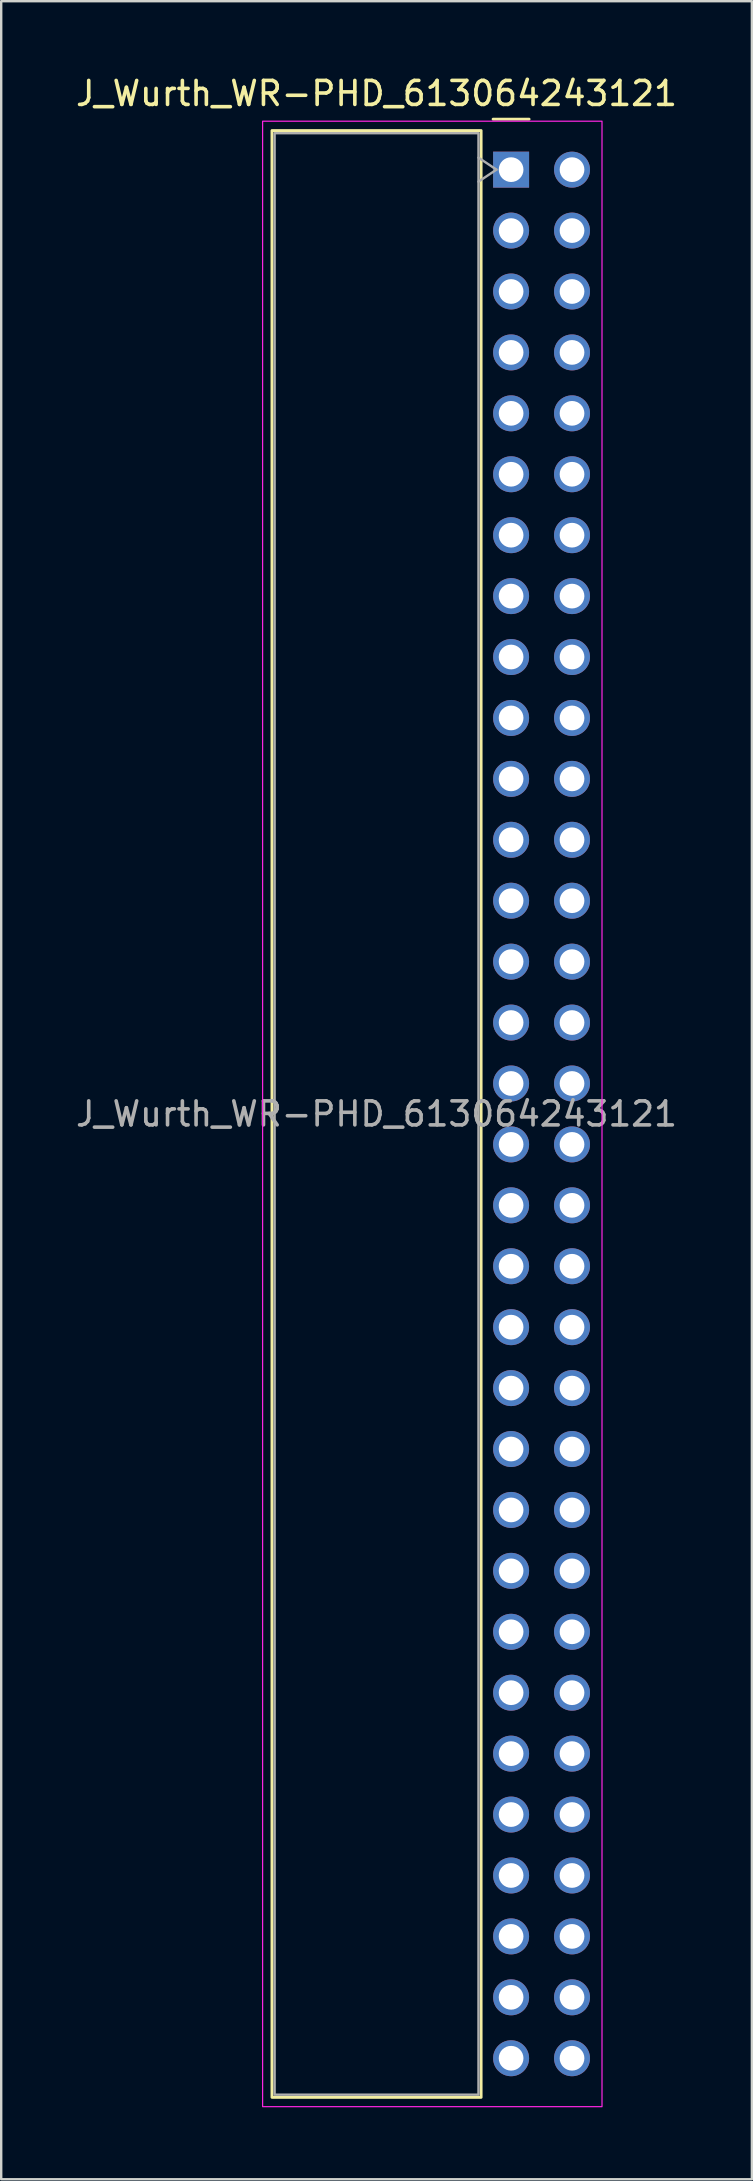
<source format=kicad_pcb>
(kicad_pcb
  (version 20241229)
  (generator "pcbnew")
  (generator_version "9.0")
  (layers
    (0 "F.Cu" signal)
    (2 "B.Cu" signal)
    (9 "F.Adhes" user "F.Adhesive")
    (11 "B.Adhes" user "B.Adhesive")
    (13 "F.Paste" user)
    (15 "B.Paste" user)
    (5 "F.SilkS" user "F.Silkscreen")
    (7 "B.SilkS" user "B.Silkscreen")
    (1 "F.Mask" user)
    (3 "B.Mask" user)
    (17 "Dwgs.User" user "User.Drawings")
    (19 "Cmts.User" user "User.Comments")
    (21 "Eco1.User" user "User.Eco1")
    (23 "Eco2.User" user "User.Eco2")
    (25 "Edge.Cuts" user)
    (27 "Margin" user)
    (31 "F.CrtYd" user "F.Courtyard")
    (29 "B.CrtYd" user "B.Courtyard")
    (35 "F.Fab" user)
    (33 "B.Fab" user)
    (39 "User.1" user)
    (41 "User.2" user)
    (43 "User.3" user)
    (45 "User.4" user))
  (footprint "J_Wurth_WR-PHD_613064243121"
    (layer "F.Cu")
    (at 18.259 4.023)
    (property "Reference" "J_Wurth_WR-PHD_613064243121" (at -5.61 -3.175 0) (unlocked yes) (layer "F.SilkS") (effects (font (size 1 1) (thickness 0.15))))
    (attr through_hole)
    (fp_line (start -0.75 -2.105) (end 0.75 -2.105) (stroke (width 0.12) (type solid)) (layer "F.SilkS"))
    (fp_rect (start -9.97 -1.63) (end -1.25 80.37) (stroke (width 0.12) (type solid)) (fill no) (layer "F.SilkS"))
    (fp_rect (start -10.36 -2.02) (end 3.79 80.76) (stroke (width 0.05) (type solid)) (fill no) (layer "F.CrtYd"))
    (fp_line (start -0.61 0) (end -1.36 -0.5) (stroke (width 0.1) (type solid)) (layer "F.Fab"))
    (fp_line (start -0.61 0) (end -1.36 0.5) (stroke (width 0.1) (type solid)) (layer "F.Fab"))
    (fp_rect (start -9.86 -1.52) (end -1.36 80.26) (stroke (width 0.1) (type solid)) (fill no) (layer "F.Fab"))
    (fp_text user "${REFERENCE}" (at -5.61 39.37 0) (unlocked yes) (layer "F.Fab") (effects (font (size 1 1) (thickness 0.15))))
    (pad "1" thru_hole rect (at 0 0 270) (size 1.5 1.5) (drill 1.03) (layers "*.Cu" "*.Mask"))
    (pad "2" thru_hole circle (at 2.54 0 270) (size 1.5 1.5) (drill 1.03) (layers "*.Cu" "*.Mask"))
    (pad "3" thru_hole circle (at 0 2.54 270) (size 1.5 1.5) (drill 1.03) (layers "*.Cu" "*.Mask"))
    (pad "4" thru_hole circle (at 2.54 2.54 270) (size 1.5 1.5) (drill 1.03) (layers "*.Cu" "*.Mask"))
    (pad "5" thru_hole circle (at 0 5.08 270) (size 1.5 1.5) (drill 1.03) (layers "*.Cu" "*.Mask"))
    (pad "6" thru_hole circle (at 2.54 5.08 270) (size 1.5 1.5) (drill 1.03) (layers "*.Cu" "*.Mask"))
    (pad "7" thru_hole circle (at 0 7.62 270) (size 1.5 1.5) (drill 1.03) (layers "*.Cu" "*.Mask"))
    (pad "8" thru_hole circle (at 2.54 7.62 270) (size 1.5 1.5) (drill 1.03) (layers "*.Cu" "*.Mask"))
    (pad "9" thru_hole circle (at 0 10.16 270) (size 1.5 1.5) (drill 1.03) (layers "*.Cu" "*.Mask"))
    (pad "10" thru_hole circle (at 2.54 10.16 270) (size 1.5 1.5) (drill 1.03) (layers "*.Cu" "*.Mask"))
    (pad "11" thru_hole circle (at 0 12.7 270) (size 1.5 1.5) (drill 1.03) (layers "*.Cu" "*.Mask"))
    (pad "12" thru_hole circle (at 2.54 12.7 270) (size 1.5 1.5) (drill 1.03) (layers "*.Cu" "*.Mask"))
    (pad "13" thru_hole circle (at 0 15.24 270) (size 1.5 1.5) (drill 1.03) (layers "*.Cu" "*.Mask"))
    (pad "14" thru_hole circle (at 2.54 15.24 270) (size 1.5 1.5) (drill 1.03) (layers "*.Cu" "*.Mask"))
    (pad "15" thru_hole circle (at 0 17.78 270) (size 1.5 1.5) (drill 1.03) (layers "*.Cu" "*.Mask"))
    (pad "16" thru_hole circle (at 2.54 17.78 270) (size 1.5 1.5) (drill 1.03) (layers "*.Cu" "*.Mask"))
    (pad "17" thru_hole circle (at 0 20.32 270) (size 1.5 1.5) (drill 1.03) (layers "*.Cu" "*.Mask"))
    (pad "18" thru_hole circle (at 2.54 20.32 270) (size 1.5 1.5) (drill 1.03) (layers "*.Cu" "*.Mask"))
    (pad "19" thru_hole circle (at 0 22.86 270) (size 1.5 1.5) (drill 1.03) (layers "*.Cu" "*.Mask"))
    (pad "20" thru_hole circle (at 2.54 22.86 270) (size 1.5 1.5) (drill 1.03) (layers "*.Cu" "*.Mask"))
    (pad "21" thru_hole circle (at 0 25.4 270) (size 1.5 1.5) (drill 1.03) (layers "*.Cu" "*.Mask"))
    (pad "22" thru_hole circle (at 2.54 25.4 270) (size 1.5 1.5) (drill 1.03) (layers "*.Cu" "*.Mask"))
    (pad "23" thru_hole circle (at 0 27.94 270) (size 1.5 1.5) (drill 1.03) (layers "*.Cu" "*.Mask"))
    (pad "24" thru_hole circle (at 2.54 27.94 270) (size 1.5 1.5) (drill 1.03) (layers "*.Cu" "*.Mask"))
    (pad "25" thru_hole circle (at 0 30.48 270) (size 1.5 1.5) (drill 1.03) (layers "*.Cu" "*.Mask"))
    (pad "26" thru_hole circle (at 2.54 30.48 270) (size 1.5 1.5) (drill 1.03) (layers "*.Cu" "*.Mask"))
    (pad "27" thru_hole circle (at 0 33.02 270) (size 1.5 1.5) (drill 1.03) (layers "*.Cu" "*.Mask"))
    (pad "28" thru_hole circle (at 2.54 33.02 270) (size 1.5 1.5) (drill 1.03) (layers "*.Cu" "*.Mask"))
    (pad "29" thru_hole circle (at 0 35.56 270) (size 1.5 1.5) (drill 1.03) (layers "*.Cu" "*.Mask"))
    (pad "30" thru_hole circle (at 2.54 35.56 270) (size 1.5 1.5) (drill 1.03) (layers "*.Cu" "*.Mask"))
    (pad "31" thru_hole circle (at 0 38.1 270) (size 1.5 1.5) (drill 1.03) (layers "*.Cu" "*.Mask"))
    (pad "32" thru_hole circle (at 2.54 38.1 270) (size 1.5 1.5) (drill 1.03) (layers "*.Cu" "*.Mask"))
    (pad "33" thru_hole circle (at 0 40.64 270) (size 1.5 1.5) (drill 1.03) (layers "*.Cu" "*.Mask"))
    (pad "34" thru_hole circle (at 2.54 40.64 270) (size 1.5 1.5) (drill 1.03) (layers "*.Cu" "*.Mask"))
    (pad "35" thru_hole circle (at 0 43.18 270) (size 1.5 1.5) (drill 1.03) (layers "*.Cu" "*.Mask"))
    (pad "36" thru_hole circle (at 2.54 43.18 270) (size 1.5 1.5) (drill 1.03) (layers "*.Cu" "*.Mask"))
    (pad "37" thru_hole circle (at 0 45.72 270) (size 1.5 1.5) (drill 1.03) (layers "*.Cu" "*.Mask"))
    (pad "38" thru_hole circle (at 2.54 45.72 270) (size 1.5 1.5) (drill 1.03) (layers "*.Cu" "*.Mask"))
    (pad "39" thru_hole circle (at 0 48.26 270) (size 1.5 1.5) (drill 1.03) (layers "*.Cu" "*.Mask"))
    (pad "40" thru_hole circle (at 2.54 48.26 270) (size 1.5 1.5) (drill 1.03) (layers "*.Cu" "*.Mask"))
    (pad "41" thru_hole circle (at 0 50.8 270) (size 1.5 1.5) (drill 1.03) (layers "*.Cu" "*.Mask"))
    (pad "42" thru_hole circle (at 2.54 50.8 270) (size 1.5 1.5) (drill 1.03) (layers "*.Cu" "*.Mask"))
    (pad "43" thru_hole circle (at 0 53.34 270) (size 1.5 1.5) (drill 1.03) (layers "*.Cu" "*.Mask"))
    (pad "44" thru_hole circle (at 2.54 53.34 270) (size 1.5 1.5) (drill 1.03) (layers "*.Cu" "*.Mask"))
    (pad "45" thru_hole circle (at 0 55.88 270) (size 1.5 1.5) (drill 1.03) (layers "*.Cu" "*.Mask"))
    (pad "46" thru_hole circle (at 2.54 55.88 270) (size 1.5 1.5) (drill 1.03) (layers "*.Cu" "*.Mask"))
    (pad "47" thru_hole circle (at 0 58.42 270) (size 1.5 1.5) (drill 1.03) (layers "*.Cu" "*.Mask"))
    (pad "48" thru_hole circle (at 2.54 58.42 270) (size 1.5 1.5) (drill 1.03) (layers "*.Cu" "*.Mask"))
    (pad "49" thru_hole circle (at 0 60.96 270) (size 1.5 1.5) (drill 1.03) (layers "*.Cu" "*.Mask"))
    (pad "50" thru_hole circle (at 2.54 60.96 270) (size 1.5 1.5) (drill 1.03) (layers "*.Cu" "*.Mask"))
    (pad "51" thru_hole circle (at 0 63.5 270) (size 1.5 1.5) (drill 1.03) (layers "*.Cu" "*.Mask"))
    (pad "52" thru_hole circle (at 2.54 63.5 270) (size 1.5 1.5) (drill 1.03) (layers "*.Cu" "*.Mask"))
    (pad "53" thru_hole circle (at 0 66.04 270) (size 1.5 1.5) (drill 1.03) (layers "*.Cu" "*.Mask"))
    (pad "54" thru_hole circle (at 2.54 66.04 270) (size 1.5 1.5) (drill 1.03) (layers "*.Cu" "*.Mask"))
    (pad "55" thru_hole circle (at 0 68.58 270) (size 1.5 1.5) (drill 1.03) (layers "*.Cu" "*.Mask"))
    (pad "56" thru_hole circle (at 2.54 68.58 270) (size 1.5 1.5) (drill 1.03) (layers "*.Cu" "*.Mask"))
    (pad "57" thru_hole circle (at 0 71.12 270) (size 1.5 1.5) (drill 1.03) (layers "*.Cu" "*.Mask"))
    (pad "58" thru_hole circle (at 2.54 71.12 270) (size 1.5 1.5) (drill 1.03) (layers "*.Cu" "*.Mask"))
    (pad "59" thru_hole circle (at 0 73.66 270) (size 1.5 1.5) (drill 1.03) (layers "*.Cu" "*.Mask"))
    (pad "60" thru_hole circle (at 2.54 73.66 270) (size 1.5 1.5) (drill 1.03) (layers "*.Cu" "*.Mask"))
    (pad "61" thru_hole circle (at 0 76.2 270) (size 1.5 1.5) (drill 1.03) (layers "*.Cu" "*.Mask"))
    (pad "62" thru_hole circle (at 2.54 76.2 270) (size 1.5 1.5) (drill 1.03) (layers "*.Cu" "*.Mask"))
    (pad "63" thru_hole circle (at 0 78.74 270) (size 1.5 1.5) (drill 1.03) (layers "*.Cu" "*.Mask"))
    (pad "64" thru_hole circle (at 2.54 78.74 270) (size 1.5 1.5) (drill 1.03) (layers "*.Cu" "*.Mask")))
  (gr_rect
    (start -3 -3)
    (end 28.298 87.808)
    (stroke (width 0.1) (type default))
    (fill no)
    (layer "Edge.Cuts")))
</source>
